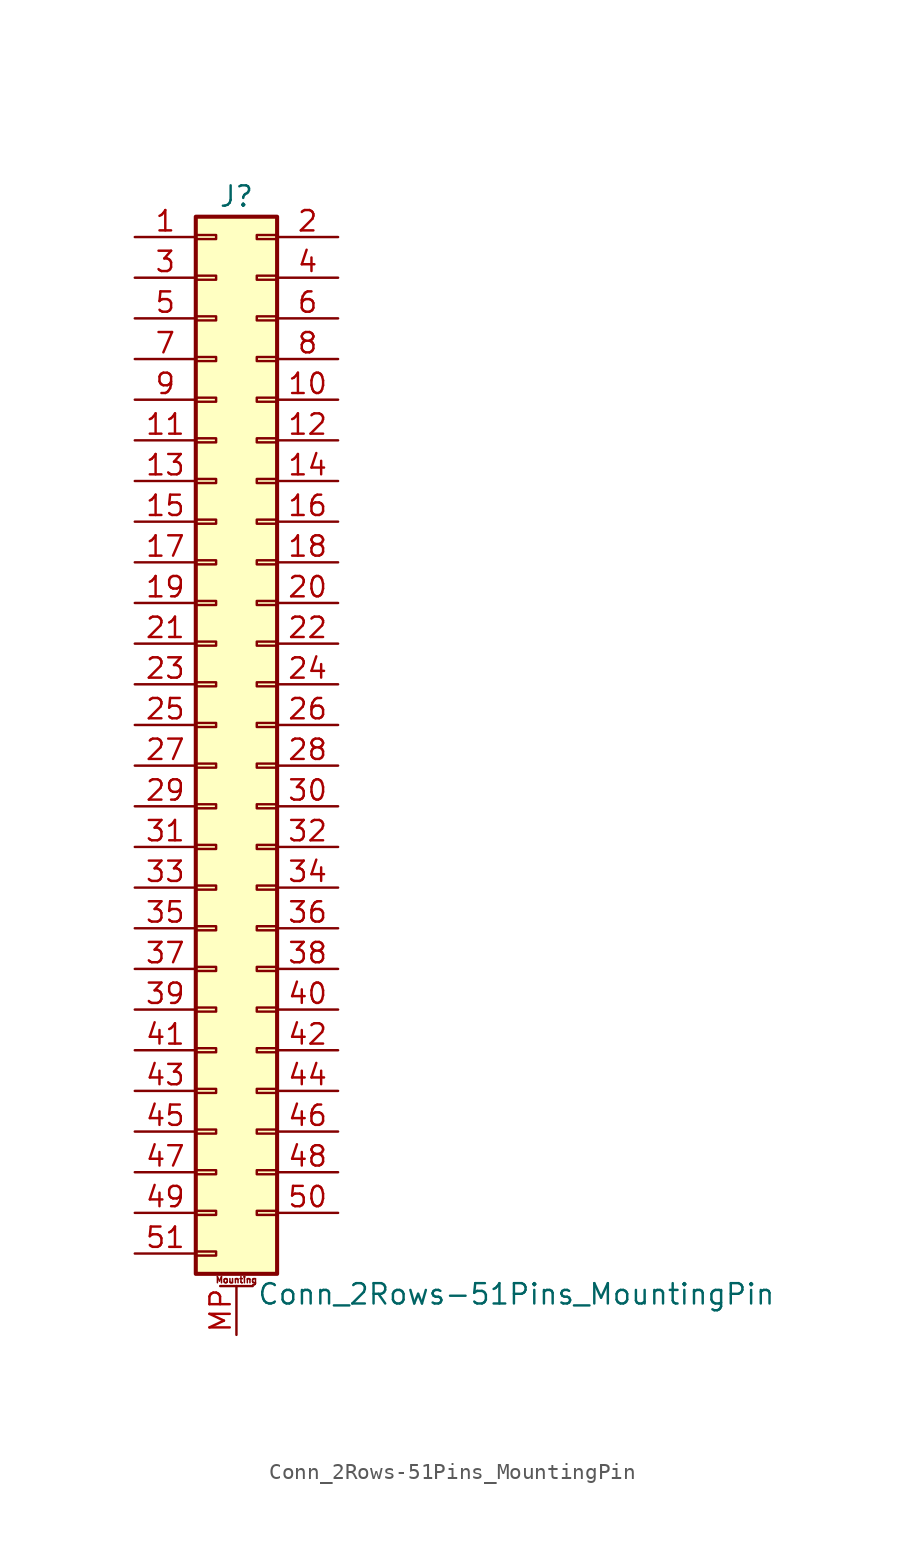
<source format=kicad_sym>
(kicad_symbol_lib
  (version 20220914)
  (generator kicad_symbol_editor)
  (symbol "Conn_2Rows-51Pins_MountingPin"
    (pin_names
      (offset 1.016) hide)
    (property "Reference" "J"
      (at 1.27 33.02 0)
      (effects (font (size 1.27 1.27))))
    (property "Value" "Conn_2Rows-51Pins_MountingPin"
      (at 2.54 -35.56 0)
      (effects (font (size 1.27 1.27)) (justify left)))
    (symbol "Conn_2Rows-51Pins_MountingPin_1_1"
      (rectangle (start -1.27 -32.893) (end 0 -33.147) (stroke (width 0.152) (type default)) (fill (type none)))
      (rectangle (start -1.27 -30.353) (end 0 -30.607) (stroke (width 0.152) (type default)) (fill (type none)))
      (rectangle (start -1.27 -27.813) (end 0 -28.067) (stroke (width 0.152) (type default)) (fill (type none)))
      (rectangle (start -1.27 -25.273) (end 0 -25.527) (stroke (width 0.152) (type default)) (fill (type none)))
      (rectangle (start -1.27 -22.733) (end 0 -22.987) (stroke (width 0.152) (type default)) (fill (type none)))
      (rectangle (start -1.27 -20.193) (end 0 -20.447) (stroke (width 0.152) (type default)) (fill (type none)))
      (rectangle (start -1.27 -17.653) (end 0 -17.907) (stroke (width 0.152) (type default)) (fill (type none)))
      (rectangle (start -1.27 -15.113) (end 0 -15.367) (stroke (width 0.152) (type default)) (fill (type none)))
      (rectangle (start -1.27 -12.573) (end 0 -12.827) (stroke (width 0.152) (type default)) (fill (type none)))
      (rectangle (start -1.27 -10.033) (end 0 -10.287) (stroke (width 0.152) (type default)) (fill (type none)))
      (rectangle (start -1.27 -7.493) (end 0 -7.747) (stroke (width 0.152) (type default)) (fill (type none)))
      (rectangle (start -1.27 -4.953) (end 0 -5.207) (stroke (width 0.152) (type default)) (fill (type none)))
      (rectangle (start -1.27 -2.413) (end 0 -2.667) (stroke (width 0.152) (type default)) (fill (type none)))
      (rectangle (start -1.27 0.127) (end 0 -0.127) (stroke (width 0.152) (type default)) (fill (type none)))
      (rectangle (start -1.27 2.667) (end 0 2.413) (stroke (width 0.152) (type default)) (fill (type none)))
      (rectangle (start -1.27 5.207) (end 0 4.953) (stroke (width 0.152) (type default)) (fill (type none)))
      (rectangle (start -1.27 7.747) (end 0 7.493) (stroke (width 0.152) (type default)) (fill (type none)))
      (rectangle (start -1.27 10.287) (end 0 10.033) (stroke (width 0.152) (type default)) (fill (type none)))
      (rectangle (start -1.27 12.827) (end 0 12.573) (stroke (width 0.152) (type default)) (fill (type none)))
      (rectangle (start -1.27 15.367) (end 0 15.113) (stroke (width 0.152) (type default)) (fill (type none)))
      (rectangle (start -1.27 17.907) (end 0 17.653) (stroke (width 0.152) (type default)) (fill (type none)))
      (rectangle (start -1.27 20.447) (end 0 20.193) (stroke (width 0.152) (type default)) (fill (type none)))
      (rectangle (start -1.27 22.987) (end 0 22.733) (stroke (width 0.152) (type default)) (fill (type none)))
      (rectangle (start -1.27 25.527) (end 0 25.273) (stroke (width 0.152) (type default)) (fill (type none)))
      (rectangle (start -1.27 28.067) (end 0 27.813) (stroke (width 0.152) (type default)) (fill (type none)))
      (rectangle (start -1.27 30.607) (end 0 30.353) (stroke (width 0.152) (type default)) (fill (type none)))
      (rectangle (start -1.27 31.75) (end 3.81 -34.29) (stroke (width 0.254) (type default)) (fill (type background)))
      (polyline (pts (xy 0.254 -35.052) (xy 2.286 -35.052)) (stroke (width 0.152) (type default)) (fill (type none)))
      (rectangle (start 3.81 -30.353) (end 2.54 -30.607) (stroke (width 0.152) (type default)) (fill (type none)))
      (rectangle (start 3.81 -27.813) (end 2.54 -28.067) (stroke (width 0.152) (type default)) (fill (type none)))
      (rectangle (start 3.81 -25.273) (end 2.54 -25.527) (stroke (width 0.152) (type default)) (fill (type none)))
      (rectangle (start 3.81 -22.733) (end 2.54 -22.987) (stroke (width 0.152) (type default)) (fill (type none)))
      (rectangle (start 3.81 -20.193) (end 2.54 -20.447) (stroke (width 0.152) (type default)) (fill (type none)))
      (rectangle (start 3.81 -17.653) (end 2.54 -17.907) (stroke (width 0.152) (type default)) (fill (type none)))
      (rectangle (start 3.81 -15.113) (end 2.54 -15.367) (stroke (width 0.152) (type default)) (fill (type none)))
      (rectangle (start 3.81 -12.573) (end 2.54 -12.827) (stroke (width 0.152) (type default)) (fill (type none)))
      (rectangle (start 3.81 -10.033) (end 2.54 -10.287) (stroke (width 0.152) (type default)) (fill (type none)))
      (rectangle (start 3.81 -7.493) (end 2.54 -7.747) (stroke (width 0.152) (type default)) (fill (type none)))
      (rectangle (start 3.81 -4.953) (end 2.54 -5.207) (stroke (width 0.152) (type default)) (fill (type none)))
      (rectangle (start 3.81 -2.413) (end 2.54 -2.667) (stroke (width 0.152) (type default)) (fill (type none)))
      (rectangle (start 3.81 0.127) (end 2.54 -0.127) (stroke (width 0.152) (type default)) (fill (type none)))
      (rectangle (start 3.81 2.667) (end 2.54 2.413) (stroke (width 0.152) (type default)) (fill (type none)))
      (rectangle (start 3.81 5.207) (end 2.54 4.953) (stroke (width 0.152) (type default)) (fill (type none)))
      (rectangle (start 3.81 7.747) (end 2.54 7.493) (stroke (width 0.152) (type default)) (fill (type none)))
      (rectangle (start 3.81 10.287) (end 2.54 10.033) (stroke (width 0.152) (type default)) (fill (type none)))
      (rectangle (start 3.81 12.827) (end 2.54 12.573) (stroke (width 0.152) (type default)) (fill (type none)))
      (rectangle (start 3.81 15.367) (end 2.54 15.113) (stroke (width 0.152) (type default)) (fill (type none)))
      (rectangle (start 3.81 17.907) (end 2.54 17.653) (stroke (width 0.152) (type default)) (fill (type none)))
      (rectangle (start 3.81 20.447) (end 2.54 20.193) (stroke (width 0.152) (type default)) (fill (type none)))
      (rectangle (start 3.81 22.987) (end 2.54 22.733) (stroke (width 0.152) (type default)) (fill (type none)))
      (rectangle (start 3.81 25.527) (end 2.54 25.273) (stroke (width 0.152) (type default)) (fill (type none)))
      (rectangle (start 3.81 28.067) (end 2.54 27.813) (stroke (width 0.152) (type default)) (fill (type none)))
      (rectangle (start 3.81 30.607) (end 2.54 30.353) (stroke (width 0.152) (type default)) (fill (type none)))
      (text "Mounting" (at 1.27 -34.671 0) (effects (font (size 0.381 0.381))))
      (pin passive line (at -5.08 30.48 0) (length 3.81) (name "Pin_1" (effects (font (size 1.27 1.27)))) (number "1" (effects (font (size 1.27 1.27)))))
      (pin passive line (at 7.62 20.32 180) (length 3.81) (name "Pin_10" (effects (font (size 1.27 1.27)))) (number "10" (effects (font (size 1.27 1.27)))))
      (pin passive line (at -5.08 17.78 0) (length 3.81) (name "Pin_11" (effects (font (size 1.27 1.27)))) (number "11" (effects (font (size 1.27 1.27)))))
      (pin passive line (at 7.62 17.78 180) (length 3.81) (name "Pin_12" (effects (font (size 1.27 1.27)))) (number "12" (effects (font (size 1.27 1.27)))))
      (pin passive line (at -5.08 15.24 0) (length 3.81) (name "Pin_13" (effects (font (size 1.27 1.27)))) (number "13" (effects (font (size 1.27 1.27)))))
      (pin passive line (at 7.62 15.24 180) (length 3.81) (name "Pin_14" (effects (font (size 1.27 1.27)))) (number "14" (effects (font (size 1.27 1.27)))))
      (pin passive line (at -5.08 12.7 0) (length 3.81) (name "Pin_15" (effects (font (size 1.27 1.27)))) (number "15" (effects (font (size 1.27 1.27)))))
      (pin passive line (at 7.62 12.7 180) (length 3.81) (name "Pin_16" (effects (font (size 1.27 1.27)))) (number "16" (effects (font (size 1.27 1.27)))))
      (pin passive line (at -5.08 10.16 0) (length 3.81) (name "Pin_17" (effects (font (size 1.27 1.27)))) (number "17" (effects (font (size 1.27 1.27)))))
      (pin passive line (at 7.62 10.16 180) (length 3.81) (name "Pin_18" (effects (font (size 1.27 1.27)))) (number "18" (effects (font (size 1.27 1.27)))))
      (pin passive line (at -5.08 7.62 0) (length 3.81) (name "Pin_19" (effects (font (size 1.27 1.27)))) (number "19" (effects (font (size 1.27 1.27)))))
      (pin passive line (at 7.62 30.48 180) (length 3.81) (name "Pin_2" (effects (font (size 1.27 1.27)))) (number "2" (effects (font (size 1.27 1.27)))))
      (pin passive line (at 7.62 7.62 180) (length 3.81) (name "Pin_20" (effects (font (size 1.27 1.27)))) (number "20" (effects (font (size 1.27 1.27)))))
      (pin passive line (at -5.08 5.08 0) (length 3.81) (name "Pin_21" (effects (font (size 1.27 1.27)))) (number "21" (effects (font (size 1.27 1.27)))))
      (pin passive line (at 7.62 5.08 180) (length 3.81) (name "Pin_22" (effects (font (size 1.27 1.27)))) (number "22" (effects (font (size 1.27 1.27)))))
      (pin passive line (at -5.08 2.54 0) (length 3.81) (name "Pin_23" (effects (font (size 1.27 1.27)))) (number "23" (effects (font (size 1.27 1.27)))))
      (pin passive line (at 7.62 2.54 180) (length 3.81) (name "Pin_24" (effects (font (size 1.27 1.27)))) (number "24" (effects (font (size 1.27 1.27)))))
      (pin passive line (at -5.08 0 0) (length 3.81) (name "Pin_25" (effects (font (size 1.27 1.27)))) (number "25" (effects (font (size 1.27 1.27)))))
      (pin passive line (at 7.62 0 180) (length 3.81) (name "Pin_26" (effects (font (size 1.27 1.27)))) (number "26" (effects (font (size 1.27 1.27)))))
      (pin passive line (at -5.08 -2.54 0) (length 3.81) (name "Pin_27" (effects (font (size 1.27 1.27)))) (number "27" (effects (font (size 1.27 1.27)))))
      (pin passive line (at 7.62 -2.54 180) (length 3.81) (name "Pin_28" (effects (font (size 1.27 1.27)))) (number "28" (effects (font (size 1.27 1.27)))))
      (pin passive line (at -5.08 -5.08 0) (length 3.81) (name "Pin_29" (effects (font (size 1.27 1.27)))) (number "29" (effects (font (size 1.27 1.27)))))
      (pin passive line (at -5.08 27.94 0) (length 3.81) (name "Pin_3" (effects (font (size 1.27 1.27)))) (number "3" (effects (font (size 1.27 1.27)))))
      (pin passive line (at 7.62 -5.08 180) (length 3.81) (name "Pin_30" (effects (font (size 1.27 1.27)))) (number "30" (effects (font (size 1.27 1.27)))))
      (pin passive line (at -5.08 -7.62 0) (length 3.81) (name "Pin_31" (effects (font (size 1.27 1.27)))) (number "31" (effects (font (size 1.27 1.27)))))
      (pin passive line (at 7.62 -7.62 180) (length 3.81) (name "Pin_32" (effects (font (size 1.27 1.27)))) (number "32" (effects (font (size 1.27 1.27)))))
      (pin passive line (at -5.08 -10.16 0) (length 3.81) (name "Pin_33" (effects (font (size 1.27 1.27)))) (number "33" (effects (font (size 1.27 1.27)))))
      (pin passive line (at 7.62 -10.16 180) (length 3.81) (name "Pin_34" (effects (font (size 1.27 1.27)))) (number "34" (effects (font (size 1.27 1.27)))))
      (pin passive line (at -5.08 -12.7 0) (length 3.81) (name "Pin_35" (effects (font (size 1.27 1.27)))) (number "35" (effects (font (size 1.27 1.27)))))
      (pin passive line (at 7.62 -12.7 180) (length 3.81) (name "Pin_36" (effects (font (size 1.27 1.27)))) (number "36" (effects (font (size 1.27 1.27)))))
      (pin passive line (at -5.08 -15.24 0) (length 3.81) (name "Pin_37" (effects (font (size 1.27 1.27)))) (number "37" (effects (font (size 1.27 1.27)))))
      (pin passive line (at 7.62 -15.24 180) (length 3.81) (name "Pin_38" (effects (font (size 1.27 1.27)))) (number "38" (effects (font (size 1.27 1.27)))))
      (pin passive line (at -5.08 -17.78 0) (length 3.81) (name "Pin_39" (effects (font (size 1.27 1.27)))) (number "39" (effects (font (size 1.27 1.27)))))
      (pin passive line (at 7.62 27.94 180) (length 3.81) (name "Pin_4" (effects (font (size 1.27 1.27)))) (number "4" (effects (font (size 1.27 1.27)))))
      (pin passive line (at 7.62 -17.78 180) (length 3.81) (name "Pin_40" (effects (font (size 1.27 1.27)))) (number "40" (effects (font (size 1.27 1.27)))))
      (pin passive line (at -5.08 -20.32 0) (length 3.81) (name "Pin_41" (effects (font (size 1.27 1.27)))) (number "41" (effects (font (size 1.27 1.27)))))
      (pin passive line (at 7.62 -20.32 180) (length 3.81) (name "Pin_42" (effects (font (size 1.27 1.27)))) (number "42" (effects (font (size 1.27 1.27)))))
      (pin passive line (at -5.08 -22.86 0) (length 3.81) (name "Pin_43" (effects (font (size 1.27 1.27)))) (number "43" (effects (font (size 1.27 1.27)))))
      (pin passive line (at 7.62 -22.86 180) (length 3.81) (name "Pin_44" (effects (font (size 1.27 1.27)))) (number "44" (effects (font (size 1.27 1.27)))))
      (pin passive line (at -5.08 -25.4 0) (length 3.81) (name "Pin_45" (effects (font (size 1.27 1.27)))) (number "45" (effects (font (size 1.27 1.27)))))
      (pin passive line (at 7.62 -25.4 180) (length 3.81) (name "Pin_46" (effects (font (size 1.27 1.27)))) (number "46" (effects (font (size 1.27 1.27)))))
      (pin passive line (at -5.08 -27.94 0) (length 3.81) (name "Pin_47" (effects (font (size 1.27 1.27)))) (number "47" (effects (font (size 1.27 1.27)))))
      (pin passive line (at 7.62 -27.94 180) (length 3.81) (name "Pin_48" (effects (font (size 1.27 1.27)))) (number "48" (effects (font (size 1.27 1.27)))))
      (pin passive line (at -5.08 -30.48 0) (length 3.81) (name "Pin_49" (effects (font (size 1.27 1.27)))) (number "49" (effects (font (size 1.27 1.27)))))
      (pin passive line (at -5.08 25.4 0) (length 3.81) (name "Pin_5" (effects (font (size 1.27 1.27)))) (number "5" (effects (font (size 1.27 1.27)))))
      (pin passive line (at 7.62 -30.48 180) (length 3.81) (name "Pin_50" (effects (font (size 1.27 1.27)))) (number "50" (effects (font (size 1.27 1.27)))))
      (pin passive line (at -5.08 -33.02 0) (length 3.81) (name "Pin_51" (effects (font (size 1.27 1.27)))) (number "51" (effects (font (size 1.27 1.27)))))
      (pin passive line (at 7.62 25.4 180) (length 3.81) (name "Pin_6" (effects (font (size 1.27 1.27)))) (number "6" (effects (font (size 1.27 1.27)))))
      (pin passive line (at -5.08 22.86 0) (length 3.81) (name "Pin_7" (effects (font (size 1.27 1.27)))) (number "7" (effects (font (size 1.27 1.27)))))
      (pin passive line (at 7.62 22.86 180) (length 3.81) (name "Pin_8" (effects (font (size 1.27 1.27)))) (number "8" (effects (font (size 1.27 1.27)))))
      (pin passive line (at -5.08 20.32 0) (length 3.81) (name "Pin_9" (effects (font (size 1.27 1.27)))) (number "9" (effects (font (size 1.27 1.27)))))
      (pin passive line (at 1.27 -38.1 90) (length 3.048) (name "MountPin" (effects (font (size 1.27 1.27)))) (number "MP" (effects (font (size 1.27 1.27))))))))
</source>
